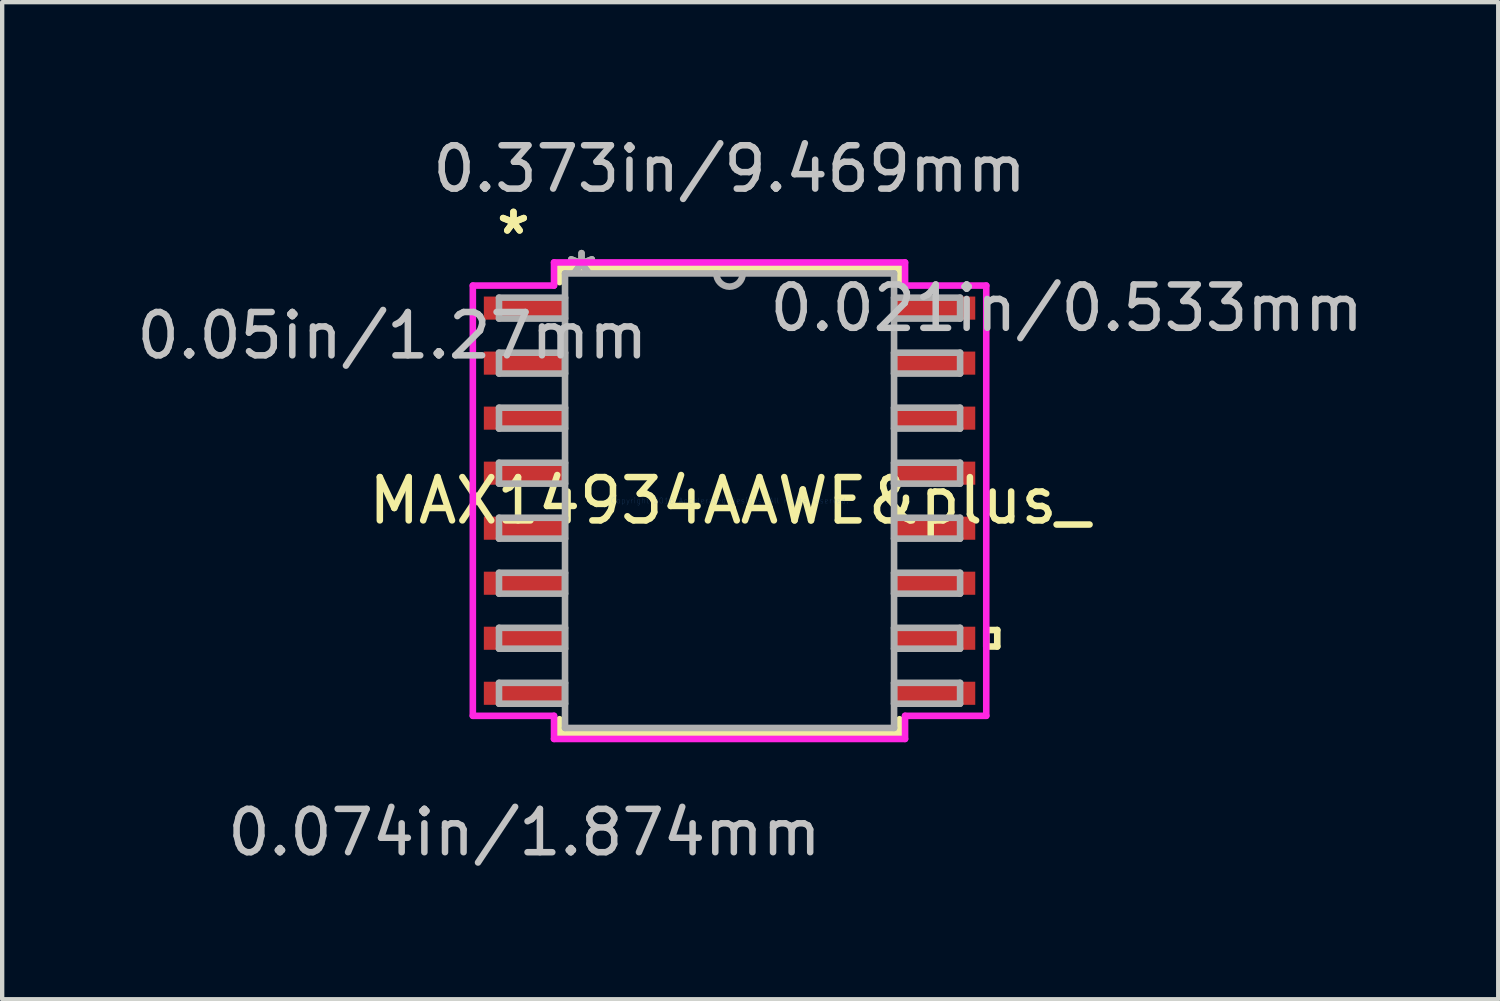
<source format=kicad_pcb>
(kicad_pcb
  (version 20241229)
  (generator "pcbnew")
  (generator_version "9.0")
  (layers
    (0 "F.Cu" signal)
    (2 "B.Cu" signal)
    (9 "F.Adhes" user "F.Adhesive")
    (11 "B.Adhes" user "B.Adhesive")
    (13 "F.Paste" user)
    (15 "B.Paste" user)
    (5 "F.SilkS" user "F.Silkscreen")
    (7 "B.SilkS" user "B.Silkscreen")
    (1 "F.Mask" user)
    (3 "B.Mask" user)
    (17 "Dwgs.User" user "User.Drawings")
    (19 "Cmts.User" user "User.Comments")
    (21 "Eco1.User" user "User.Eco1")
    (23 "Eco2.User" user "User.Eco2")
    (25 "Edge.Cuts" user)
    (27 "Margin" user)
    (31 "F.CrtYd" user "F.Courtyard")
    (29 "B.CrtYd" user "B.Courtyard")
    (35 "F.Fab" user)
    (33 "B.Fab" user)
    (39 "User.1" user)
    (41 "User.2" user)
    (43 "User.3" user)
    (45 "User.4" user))
  (footprint "MAX14934AAWE&plus_"
    (layer "F.Cu")
    (at 13.788 8.506)
    (property "Reference" "MAX14934AAWE&plus_" (at 0 0 0) (layer "F.SilkS") (effects (font (size 1 1) (thickness 0.15))))
    (attr through_hole)
    (fp_line (start -3.924 -5.372) (end -3.924 -5.044) (stroke (width 0.152) (type solid)) (layer "F.SilkS"))
    (fp_line (start -3.924 5.044) (end -3.924 5.372) (stroke (width 0.152) (type solid)) (layer "F.SilkS"))
    (fp_line (start -3.924 5.372) (end 3.924 5.372) (stroke (width 0.152) (type solid)) (layer "F.SilkS"))
    (fp_line (start 3.924 -5.372) (end -3.924 -5.372) (stroke (width 0.152) (type solid)) (layer "F.SilkS"))
    (fp_line (start 3.924 -5.044) (end 3.924 -5.372) (stroke (width 0.152) (type solid)) (layer "F.SilkS"))
    (fp_line (start 3.924 5.372) (end 3.924 5.044) (stroke (width 0.152) (type solid)) (layer "F.SilkS"))
    (fp_line (start 5.925 2.985) (end 6.179 2.985) (stroke (width 0.152) (type solid)) (layer "F.SilkS"))
    (fp_line (start 5.925 3.365) (end 5.925 2.985) (stroke (width 0.152) (type solid)) (layer "F.SilkS"))
    (fp_line (start 6.179 2.985) (end 6.179 3.365) (stroke (width 0.152) (type solid)) (layer "F.SilkS"))
    (fp_line (start 6.179 3.365) (end 5.925 3.365) (stroke (width 0.152) (type solid)) (layer "F.SilkS"))
    (fp_line (start -5.925 -4.965) (end -4.051 -4.965) (stroke (width 0.152) (type solid)) (layer "F.CrtYd"))
    (fp_line (start -5.925 4.965) (end -5.925 -4.965) (stroke (width 0.152) (type solid)) (layer "F.CrtYd"))
    (fp_line (start -4.051 -5.499) (end 4.051 -5.499) (stroke (width 0.152) (type solid)) (layer "F.CrtYd"))
    (fp_line (start -4.051 -4.965) (end -4.051 -5.499) (stroke (width 0.152) (type solid)) (layer "F.CrtYd"))
    (fp_line (start -4.051 4.965) (end -5.925 4.965) (stroke (width 0.152) (type solid)) (layer "F.CrtYd"))
    (fp_line (start -4.051 5.499) (end -4.051 4.965) (stroke (width 0.152) (type solid)) (layer "F.CrtYd"))
    (fp_line (start 4.051 -5.499) (end 4.051 -4.965) (stroke (width 0.152) (type solid)) (layer "F.CrtYd"))
    (fp_line (start 4.051 -4.965) (end 5.925 -4.965) (stroke (width 0.152) (type solid)) (layer "F.CrtYd"))
    (fp_line (start 4.051 4.965) (end 4.051 5.499) (stroke (width 0.152) (type solid)) (layer "F.CrtYd"))
    (fp_line (start 4.051 5.499) (end -4.051 5.499) (stroke (width 0.152) (type solid)) (layer "F.CrtYd"))
    (fp_line (start 5.925 -4.965) (end 5.925 4.965) (stroke (width 0.152) (type solid)) (layer "F.CrtYd"))
    (fp_line (start 5.925 4.965) (end 4.051 4.965) (stroke (width 0.152) (type solid)) (layer "F.CrtYd"))
    (fp_line (start -5.321 -4.686) (end -5.321 -4.204) (stroke (width 0.152) (type solid)) (layer "F.Fab"))
    (fp_line (start -5.321 -4.204) (end -3.797 -4.204) (stroke (width 0.152) (type solid)) (layer "F.Fab"))
    (fp_line (start -5.321 -3.416) (end -5.321 -2.934) (stroke (width 0.152) (type solid)) (layer "F.Fab"))
    (fp_line (start -5.321 -2.934) (end -3.797 -2.934) (stroke (width 0.152) (type solid)) (layer "F.Fab"))
    (fp_line (start -5.321 -2.146) (end -5.321 -1.664) (stroke (width 0.152) (type solid)) (layer "F.Fab"))
    (fp_line (start -5.321 -1.664) (end -3.797 -1.664) (stroke (width 0.152) (type solid)) (layer "F.Fab"))
    (fp_line (start -5.321 -0.876) (end -5.321 -0.394) (stroke (width 0.152) (type solid)) (layer "F.Fab"))
    (fp_line (start -5.321 -0.394) (end -3.797 -0.394) (stroke (width 0.152) (type solid)) (layer "F.Fab"))
    (fp_line (start -5.321 0.394) (end -5.321 0.876) (stroke (width 0.152) (type solid)) (layer "F.Fab"))
    (fp_line (start -5.321 0.876) (end -3.797 0.876) (stroke (width 0.152) (type solid)) (layer "F.Fab"))
    (fp_line (start -5.321 1.664) (end -5.321 2.146) (stroke (width 0.152) (type solid)) (layer "F.Fab"))
    (fp_line (start -5.321 2.146) (end -3.797 2.146) (stroke (width 0.152) (type solid)) (layer "F.Fab"))
    (fp_line (start -5.321 2.934) (end -5.321 3.416) (stroke (width 0.152) (type solid)) (layer "F.Fab"))
    (fp_line (start -5.321 3.416) (end -3.797 3.416) (stroke (width 0.152) (type solid)) (layer "F.Fab"))
    (fp_line (start -5.321 4.204) (end -5.321 4.686) (stroke (width 0.152) (type solid)) (layer "F.Fab"))
    (fp_line (start -5.321 4.686) (end -3.797 4.686) (stroke (width 0.152) (type solid)) (layer "F.Fab"))
    (fp_line (start -3.797 -5.245) (end -3.797 5.245) (stroke (width 0.152) (type solid)) (layer "F.Fab"))
    (fp_line (start -3.797 -4.686) (end -5.321 -4.686) (stroke (width 0.152) (type solid)) (layer "F.Fab"))
    (fp_line (start -3.797 -4.204) (end -3.797 -4.686) (stroke (width 0.152) (type solid)) (layer "F.Fab"))
    (fp_line (start -3.797 -3.416) (end -5.321 -3.416) (stroke (width 0.152) (type solid)) (layer "F.Fab"))
    (fp_line (start -3.797 -2.934) (end -3.797 -3.416) (stroke (width 0.152) (type solid)) (layer "F.Fab"))
    (fp_line (start -3.797 -2.146) (end -5.321 -2.146) (stroke (width 0.152) (type solid)) (layer "F.Fab"))
    (fp_line (start -3.797 -1.664) (end -3.797 -2.146) (stroke (width 0.152) (type solid)) (layer "F.Fab"))
    (fp_line (start -3.797 -0.876) (end -5.321 -0.876) (stroke (width 0.152) (type solid)) (layer "F.Fab"))
    (fp_line (start -3.797 -0.394) (end -3.797 -0.876) (stroke (width 0.152) (type solid)) (layer "F.Fab"))
    (fp_line (start -3.797 0.394) (end -5.321 0.394) (stroke (width 0.152) (type solid)) (layer "F.Fab"))
    (fp_line (start -3.797 0.876) (end -3.797 0.394) (stroke (width 0.152) (type solid)) (layer "F.Fab"))
    (fp_line (start -3.797 1.664) (end -5.321 1.664) (stroke (width 0.152) (type solid)) (layer "F.Fab"))
    (fp_line (start -3.797 2.146) (end -3.797 1.664) (stroke (width 0.152) (type solid)) (layer "F.Fab"))
    (fp_line (start -3.797 2.934) (end -5.321 2.934) (stroke (width 0.152) (type solid)) (layer "F.Fab"))
    (fp_line (start -3.797 3.416) (end -3.797 2.934) (stroke (width 0.152) (type solid)) (layer "F.Fab"))
    (fp_line (start -3.797 4.204) (end -5.321 4.204) (stroke (width 0.152) (type solid)) (layer "F.Fab"))
    (fp_line (start -3.797 4.686) (end -3.797 4.204) (stroke (width 0.152) (type solid)) (layer "F.Fab"))
    (fp_line (start -3.797 5.245) (end 3.797 5.245) (stroke (width 0.152) (type solid)) (layer "F.Fab"))
    (fp_line (start 3.797 -5.245) (end -3.797 -5.245) (stroke (width 0.152) (type solid)) (layer "F.Fab"))
    (fp_line (start 3.797 -4.686) (end 3.797 -4.204) (stroke (width 0.152) (type solid)) (layer "F.Fab"))
    (fp_line (start 3.797 -4.204) (end 5.321 -4.204) (stroke (width 0.152) (type solid)) (layer "F.Fab"))
    (fp_line (start 3.797 -3.416) (end 3.797 -2.934) (stroke (width 0.152) (type solid)) (layer "F.Fab"))
    (fp_line (start 3.797 -2.934) (end 5.321 -2.934) (stroke (width 0.152) (type solid)) (layer "F.Fab"))
    (fp_line (start 3.797 -2.146) (end 3.797 -1.664) (stroke (width 0.152) (type solid)) (layer "F.Fab"))
    (fp_line (start 3.797 -1.664) (end 5.321 -1.664) (stroke (width 0.152) (type solid)) (layer "F.Fab"))
    (fp_line (start 3.797 -0.876) (end 3.797 -0.394) (stroke (width 0.152) (type solid)) (layer "F.Fab"))
    (fp_line (start 3.797 -0.394) (end 5.321 -0.394) (stroke (width 0.152) (type solid)) (layer "F.Fab"))
    (fp_line (start 3.797 0.394) (end 3.797 0.876) (stroke (width 0.152) (type solid)) (layer "F.Fab"))
    (fp_line (start 3.797 0.876) (end 5.321 0.876) (stroke (width 0.152) (type solid)) (layer "F.Fab"))
    (fp_line (start 3.797 1.664) (end 3.797 2.146) (stroke (width 0.152) (type solid)) (layer "F.Fab"))
    (fp_line (start 3.797 2.146) (end 5.321 2.146) (stroke (width 0.152) (type solid)) (layer "F.Fab"))
    (fp_line (start 3.797 2.934) (end 3.797 3.416) (stroke (width 0.152) (type solid)) (layer "F.Fab"))
    (fp_line (start 3.797 3.416) (end 5.321 3.416) (stroke (width 0.152) (type solid)) (layer "F.Fab"))
    (fp_line (start 3.797 4.204) (end 3.797 4.686) (stroke (width 0.152) (type solid)) (layer "F.Fab"))
    (fp_line (start 3.797 4.686) (end 5.321 4.686) (stroke (width 0.152) (type solid)) (layer "F.Fab"))
    (fp_line (start 3.797 5.245) (end 3.797 -5.245) (stroke (width 0.152) (type solid)) (layer "F.Fab"))
    (fp_line (start 5.321 -4.686) (end 3.797 -4.686) (stroke (width 0.152) (type solid)) (layer "F.Fab"))
    (fp_line (start 5.321 -4.204) (end 5.321 -4.686) (stroke (width 0.152) (type solid)) (layer "F.Fab"))
    (fp_line (start 5.321 -3.416) (end 3.797 -3.416) (stroke (width 0.152) (type solid)) (layer "F.Fab"))
    (fp_line (start 5.321 -2.934) (end 5.321 -3.416) (stroke (width 0.152) (type solid)) (layer "F.Fab"))
    (fp_line (start 5.321 -2.146) (end 3.797 -2.146) (stroke (width 0.152) (type solid)) (layer "F.Fab"))
    (fp_line (start 5.321 -1.664) (end 5.321 -2.146) (stroke (width 0.152) (type solid)) (layer "F.Fab"))
    (fp_line (start 5.321 -0.876) (end 3.797 -0.876) (stroke (width 0.152) (type solid)) (layer "F.Fab"))
    (fp_line (start 5.321 -0.394) (end 5.321 -0.876) (stroke (width 0.152) (type solid)) (layer "F.Fab"))
    (fp_line (start 5.321 0.394) (end 3.797 0.394) (stroke (width 0.152) (type solid)) (layer "F.Fab"))
    (fp_line (start 5.321 0.876) (end 5.321 0.394) (stroke (width 0.152) (type solid)) (layer "F.Fab"))
    (fp_line (start 5.321 1.664) (end 3.797 1.664) (stroke (width 0.152) (type solid)) (layer "F.Fab"))
    (fp_line (start 5.321 2.146) (end 5.321 1.664) (stroke (width 0.152) (type solid)) (layer "F.Fab"))
    (fp_line (start 5.321 2.934) (end 3.797 2.934) (stroke (width 0.152) (type solid)) (layer "F.Fab"))
    (fp_line (start 5.321 3.416) (end 5.321 2.934) (stroke (width 0.152) (type solid)) (layer "F.Fab"))
    (fp_line (start 5.321 4.204) (end 3.797 4.204) (stroke (width 0.152) (type solid)) (layer "F.Fab"))
    (fp_line (start 5.321 4.686) (end 5.321 4.204) (stroke (width 0.152) (type solid)) (layer "F.Fab"))
    (fp_arc (start 0.3048 -5.2451) (mid 0 -4.9403) (end -0.3048 -5.2451) (stroke (width 0.1524) (type solid)) (layer "F.Fab"))
    (fp_text user "*" (at -4.988 -6.121 0) (layer "F.SilkS") (effects (font (size 1 1) (thickness 0.15))))
    (fp_text user "*" (at -4.988 -6.121 0) (layer "F.SilkS") (effects (font (size 1 1) (thickness 0.15))))
    (fp_text user "0.074in/1.874mm" (at -4.734 7.658 0) (layer "Dwgs.User") (effects (font (size 1 1) (thickness 0.15))))
    (fp_text user "0.373in/9.469mm" (at 0 -7.658 0) (layer "Dwgs.User") (effects (font (size 1 1) (thickness 0.15))))
    (fp_text user "0.05in/1.27mm" (at -7.782 -3.81 0) (layer "Dwgs.User") (effects (font (size 1 1) (thickness 0.15))))
    (fp_text user "0.021in/0.533mm" (at 7.782 -4.445 0) (layer "Dwgs.User") (effects (font (size 1 1) (thickness 0.15))))
    (fp_text user "Copyright 2016 Accelerated Designs. All rights reserved." (at 0 0 0) (layer "Cmts.User") (effects (font (size 0.127 0.127) (thickness 0.002))))
    (fp_text user "*" (at -3.416 -5.169 0) (layer "F.Fab") (effects (font (size 1 1) (thickness 0.15))))
    (fp_text user "*" (at -3.416 -5.169 0) (layer "F.Fab") (effects (font (size 1 1) (thickness 0.15))))
    (pad "1" smd rect (at -4.734 -4.445) (size 1.874 0.533) (layers "F.Cu" "F.Mask" "F.Paste"))
    (pad "2" smd rect (at -4.734 -3.175) (size 1.874 0.533) (layers "F.Cu" "F.Mask" "F.Paste"))
    (pad "3" smd rect (at -4.734 -1.905) (size 1.874 0.533) (layers "F.Cu" "F.Mask" "F.Paste"))
    (pad "4" smd rect (at -4.734 -0.635) (size 1.874 0.533) (layers "F.Cu" "F.Mask" "F.Paste"))
    (pad "5" smd rect (at -4.734 0.635) (size 1.874 0.533) (layers "F.Cu" "F.Mask" "F.Paste"))
    (pad "6" smd rect (at -4.734 1.905) (size 1.874 0.533) (layers "F.Cu" "F.Mask" "F.Paste"))
    (pad "7" smd rect (at -4.734 3.175) (size 1.874 0.533) (layers "F.Cu" "F.Mask" "F.Paste"))
    (pad "8" smd rect (at -4.734 4.445) (size 1.874 0.533) (layers "F.Cu" "F.Mask" "F.Paste"))
    (pad "9" smd rect (at 4.734 4.445) (size 1.874 0.533) (layers "F.Cu" "F.Mask" "F.Paste"))
    (pad "10" smd rect (at 4.734 3.175) (size 1.874 0.533) (layers "F.Cu" "F.Mask" "F.Paste"))
    (pad "11" smd rect (at 4.734 1.905) (size 1.874 0.533) (layers "F.Cu" "F.Mask" "F.Paste"))
    (pad "12" smd rect (at 4.734 0.635) (size 1.874 0.533) (layers "F.Cu" "F.Mask" "F.Paste"))
    (pad "13" smd rect (at 4.734 -0.635) (size 1.874 0.533) (layers "F.Cu" "F.Mask" "F.Paste"))
    (pad "14" smd rect (at 4.734 -1.905) (size 1.874 0.533) (layers "F.Cu" "F.Mask" "F.Paste"))
    (pad "15" smd rect (at 4.734 -3.175) (size 1.874 0.533) (layers "F.Cu" "F.Mask" "F.Paste"))
    (pad "16" smd rect (at 4.734 -4.445) (size 1.874 0.533) (layers "F.Cu" "F.Mask" "F.Paste")))
  (gr_rect
    (start -3 -3)
    (end 31.529 20.013)
    (stroke (width 0.1) (type default))
    (fill no)
    (layer "Edge.Cuts")))
</source>
